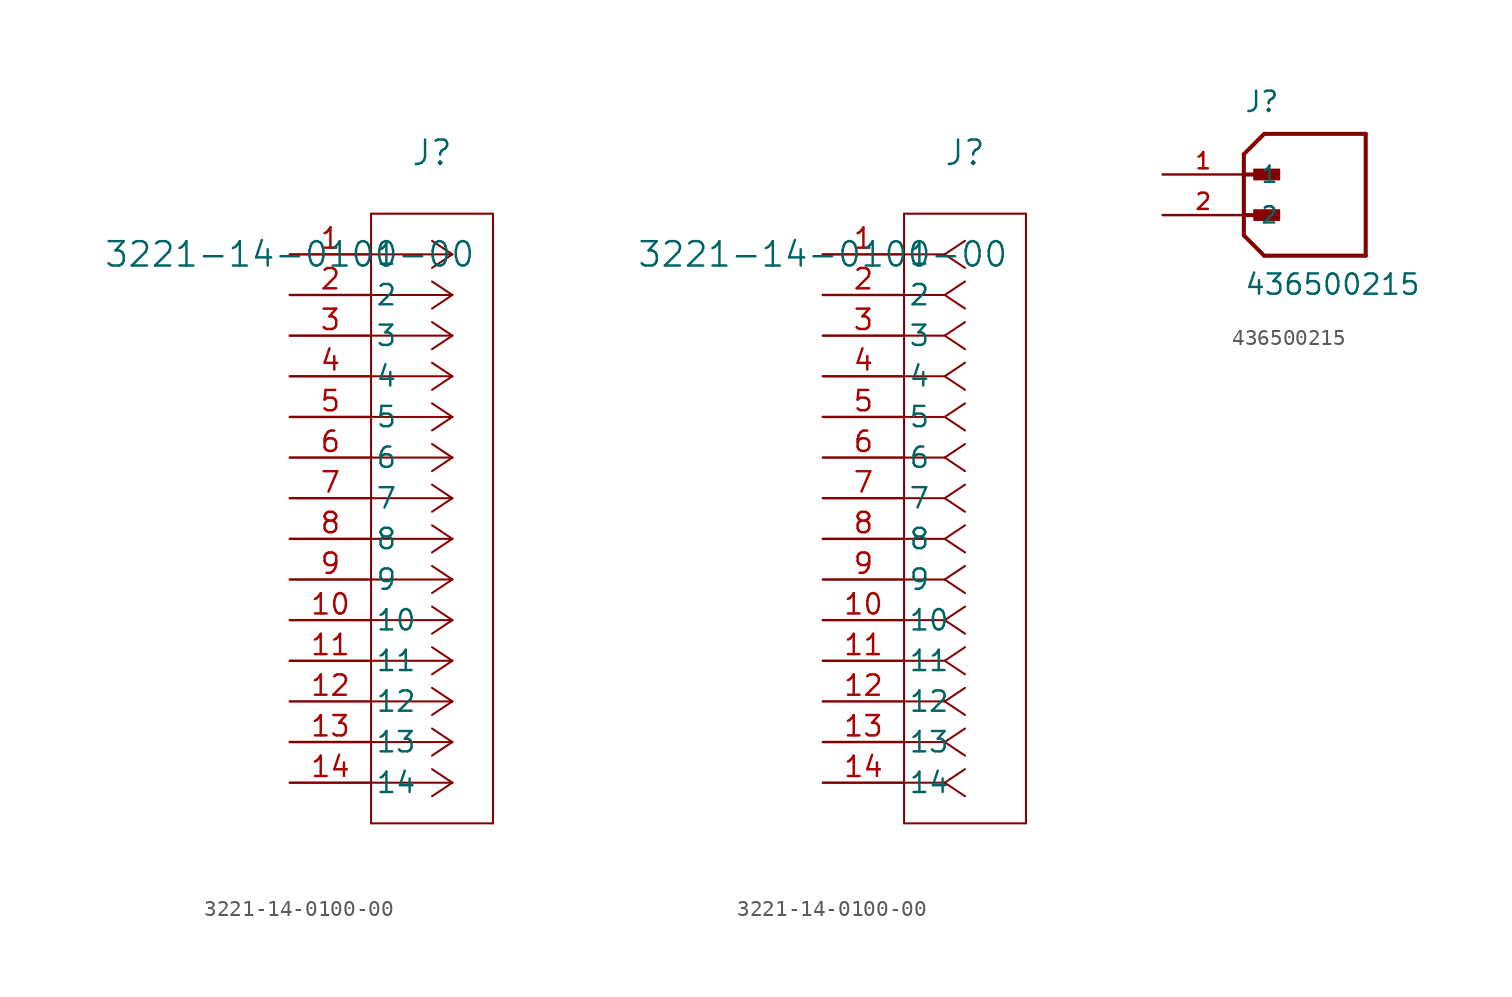
<source format=kicad_sym>
(kicad_symbol_lib
  (version 20231120)
  (generator "kicad_symbol_editor")
  (generator_version "8.0")
  (symbol "3221-14-0100-00"
    (pin_names
      (offset 0.254))
    (property "Reference" "J"
      (at 8.89 6.35 0)
      (effects (font (size 1.524 1.524))))
    (property "Value" "3221-14-0100-00"
      (at 0 0 0)
      (effects (font (size 1.524 1.524))))
    (property "ki_locked" ""
      (at 0 0 0)
      (effects (font (size 1.27 1.27))))
    (symbol "3221-14-0100-00_1_1"
      (polyline (pts (xy 5.08 -35.56) (xy 12.7 -35.56)) (stroke (width 0.127) (type default)) (fill (type none)))
      (polyline (pts (xy 5.08 2.54) (xy 5.08 -35.56)) (stroke (width 0.127) (type default)) (fill (type none)))
      (polyline (pts (xy 10.16 -33.02) (xy 5.08 -33.02)) (stroke (width 0.127) (type default)) (fill (type none)))
      (polyline (pts (xy 10.16 -33.02) (xy 8.89 -33.867)) (stroke (width 0.127) (type default)) (fill (type none)))
      (polyline (pts (xy 10.16 -33.02) (xy 8.89 -32.173)) (stroke (width 0.127) (type default)) (fill (type none)))
      (polyline (pts (xy 10.16 -30.48) (xy 5.08 -30.48)) (stroke (width 0.127) (type default)) (fill (type none)))
      (polyline (pts (xy 10.16 -30.48) (xy 8.89 -31.327)) (stroke (width 0.127) (type default)) (fill (type none)))
      (polyline (pts (xy 10.16 -30.48) (xy 8.89 -29.633)) (stroke (width 0.127) (type default)) (fill (type none)))
      (polyline (pts (xy 10.16 -27.94) (xy 5.08 -27.94)) (stroke (width 0.127) (type default)) (fill (type none)))
      (polyline (pts (xy 10.16 -27.94) (xy 8.89 -28.787)) (stroke (width 0.127) (type default)) (fill (type none)))
      (polyline (pts (xy 10.16 -27.94) (xy 8.89 -27.093)) (stroke (width 0.127) (type default)) (fill (type none)))
      (polyline (pts (xy 10.16 -25.4) (xy 5.08 -25.4)) (stroke (width 0.127) (type default)) (fill (type none)))
      (polyline (pts (xy 10.16 -25.4) (xy 8.89 -26.247)) (stroke (width 0.127) (type default)) (fill (type none)))
      (polyline (pts (xy 10.16 -25.4) (xy 8.89 -24.553)) (stroke (width 0.127) (type default)) (fill (type none)))
      (polyline (pts (xy 10.16 -22.86) (xy 5.08 -22.86)) (stroke (width 0.127) (type default)) (fill (type none)))
      (polyline (pts (xy 10.16 -22.86) (xy 8.89 -23.707)) (stroke (width 0.127) (type default)) (fill (type none)))
      (polyline (pts (xy 10.16 -22.86) (xy 8.89 -22.013)) (stroke (width 0.127) (type default)) (fill (type none)))
      (polyline (pts (xy 10.16 -20.32) (xy 5.08 -20.32)) (stroke (width 0.127) (type default)) (fill (type none)))
      (polyline (pts (xy 10.16 -20.32) (xy 8.89 -21.167)) (stroke (width 0.127) (type default)) (fill (type none)))
      (polyline (pts (xy 10.16 -20.32) (xy 8.89 -19.473)) (stroke (width 0.127) (type default)) (fill (type none)))
      (polyline (pts (xy 10.16 -17.78) (xy 5.08 -17.78)) (stroke (width 0.127) (type default)) (fill (type none)))
      (polyline (pts (xy 10.16 -17.78) (xy 8.89 -18.627)) (stroke (width 0.127) (type default)) (fill (type none)))
      (polyline (pts (xy 10.16 -17.78) (xy 8.89 -16.933)) (stroke (width 0.127) (type default)) (fill (type none)))
      (polyline (pts (xy 10.16 -15.24) (xy 5.08 -15.24)) (stroke (width 0.127) (type default)) (fill (type none)))
      (polyline (pts (xy 10.16 -15.24) (xy 8.89 -16.087)) (stroke (width 0.127) (type default)) (fill (type none)))
      (polyline (pts (xy 10.16 -15.24) (xy 8.89 -14.393)) (stroke (width 0.127) (type default)) (fill (type none)))
      (polyline (pts (xy 10.16 -12.7) (xy 5.08 -12.7)) (stroke (width 0.127) (type default)) (fill (type none)))
      (polyline (pts (xy 10.16 -12.7) (xy 8.89 -13.547)) (stroke (width 0.127) (type default)) (fill (type none)))
      (polyline (pts (xy 10.16 -12.7) (xy 8.89 -11.853)) (stroke (width 0.127) (type default)) (fill (type none)))
      (polyline (pts (xy 10.16 -10.16) (xy 5.08 -10.16)) (stroke (width 0.127) (type default)) (fill (type none)))
      (polyline (pts (xy 10.16 -10.16) (xy 8.89 -11.007)) (stroke (width 0.127) (type default)) (fill (type none)))
      (polyline (pts (xy 10.16 -10.16) (xy 8.89 -9.313)) (stroke (width 0.127) (type default)) (fill (type none)))
      (polyline (pts (xy 10.16 -7.62) (xy 5.08 -7.62)) (stroke (width 0.127) (type default)) (fill (type none)))
      (polyline (pts (xy 10.16 -7.62) (xy 8.89 -8.467)) (stroke (width 0.127) (type default)) (fill (type none)))
      (polyline (pts (xy 10.16 -7.62) (xy 8.89 -6.773)) (stroke (width 0.127) (type default)) (fill (type none)))
      (polyline (pts (xy 10.16 -5.08) (xy 5.08 -5.08)) (stroke (width 0.127) (type default)) (fill (type none)))
      (polyline (pts (xy 10.16 -5.08) (xy 8.89 -5.927)) (stroke (width 0.127) (type default)) (fill (type none)))
      (polyline (pts (xy 10.16 -5.08) (xy 8.89 -4.233)) (stroke (width 0.127) (type default)) (fill (type none)))
      (polyline (pts (xy 10.16 -2.54) (xy 5.08 -2.54)) (stroke (width 0.127) (type default)) (fill (type none)))
      (polyline (pts (xy 10.16 -2.54) (xy 8.89 -3.387)) (stroke (width 0.127) (type default)) (fill (type none)))
      (polyline (pts (xy 10.16 -2.54) (xy 8.89 -1.693)) (stroke (width 0.127) (type default)) (fill (type none)))
      (polyline (pts (xy 10.16 0) (xy 5.08 0)) (stroke (width 0.127) (type default)) (fill (type none)))
      (polyline (pts (xy 10.16 0) (xy 8.89 -0.847)) (stroke (width 0.127) (type default)) (fill (type none)))
      (polyline (pts (xy 10.16 0) (xy 8.89 0.847)) (stroke (width 0.127) (type default)) (fill (type none)))
      (polyline (pts (xy 12.7 -35.56) (xy 12.7 2.54)) (stroke (width 0.127) (type default)) (fill (type none)))
      (polyline (pts (xy 12.7 2.54) (xy 5.08 2.54)) (stroke (width 0.127) (type default)) (fill (type none)))
      (pin unspecified line (at 0 0 0) (length 5.08) (name "1" (effects (font (size 1.27 1.27)))) (number "1" (effects (font (size 1.27 1.27)))))
      (pin unspecified line (at 0 -22.86 0) (length 5.08) (name "10" (effects (font (size 1.27 1.27)))) (number "10" (effects (font (size 1.27 1.27)))))
      (pin unspecified line (at 0 -25.4 0) (length 5.08) (name "11" (effects (font (size 1.27 1.27)))) (number "11" (effects (font (size 1.27 1.27)))))
      (pin unspecified line (at 0 -27.94 0) (length 5.08) (name "12" (effects (font (size 1.27 1.27)))) (number "12" (effects (font (size 1.27 1.27)))))
      (pin unspecified line (at 0 -30.48 0) (length 5.08) (name "13" (effects (font (size 1.27 1.27)))) (number "13" (effects (font (size 1.27 1.27)))))
      (pin unspecified line (at 0 -33.02 0) (length 5.08) (name "14" (effects (font (size 1.27 1.27)))) (number "14" (effects (font (size 1.27 1.27)))))
      (pin unspecified line (at 0 -2.54 0) (length 5.08) (name "2" (effects (font (size 1.27 1.27)))) (number "2" (effects (font (size 1.27 1.27)))))
      (pin unspecified line (at 0 -5.08 0) (length 5.08) (name "3" (effects (font (size 1.27 1.27)))) (number "3" (effects (font (size 1.27 1.27)))))
      (pin unspecified line (at 0 -7.62 0) (length 5.08) (name "4" (effects (font (size 1.27 1.27)))) (number "4" (effects (font (size 1.27 1.27)))))
      (pin unspecified line (at 0 -10.16 0) (length 5.08) (name "5" (effects (font (size 1.27 1.27)))) (number "5" (effects (font (size 1.27 1.27)))))
      (pin unspecified line (at 0 -12.7 0) (length 5.08) (name "6" (effects (font (size 1.27 1.27)))) (number "6" (effects (font (size 1.27 1.27)))))
      (pin unspecified line (at 0 -15.24 0) (length 5.08) (name "7" (effects (font (size 1.27 1.27)))) (number "7" (effects (font (size 1.27 1.27)))))
      (pin unspecified line (at 0 -17.78 0) (length 5.08) (name "8" (effects (font (size 1.27 1.27)))) (number "8" (effects (font (size 1.27 1.27)))))
      (pin unspecified line (at 0 -20.32 0) (length 5.08) (name "9" (effects (font (size 1.27 1.27)))) (number "9" (effects (font (size 1.27 1.27))))))
    (symbol "3221-14-0100-00_1_2"
      (polyline (pts (xy 5.08 -35.56) (xy 12.7 -35.56)) (stroke (width 0.127) (type default)) (fill (type none)))
      (polyline (pts (xy 5.08 2.54) (xy 5.08 -35.56)) (stroke (width 0.127) (type default)) (fill (type none)))
      (polyline (pts (xy 7.62 -33.02) (xy 5.08 -33.02)) (stroke (width 0.127) (type default)) (fill (type none)))
      (polyline (pts (xy 7.62 -33.02) (xy 8.89 -33.867)) (stroke (width 0.127) (type default)) (fill (type none)))
      (polyline (pts (xy 7.62 -33.02) (xy 8.89 -32.173)) (stroke (width 0.127) (type default)) (fill (type none)))
      (polyline (pts (xy 7.62 -30.48) (xy 5.08 -30.48)) (stroke (width 0.127) (type default)) (fill (type none)))
      (polyline (pts (xy 7.62 -30.48) (xy 8.89 -31.327)) (stroke (width 0.127) (type default)) (fill (type none)))
      (polyline (pts (xy 7.62 -30.48) (xy 8.89 -29.633)) (stroke (width 0.127) (type default)) (fill (type none)))
      (polyline (pts (xy 7.62 -27.94) (xy 5.08 -27.94)) (stroke (width 0.127) (type default)) (fill (type none)))
      (polyline (pts (xy 7.62 -27.94) (xy 8.89 -28.787)) (stroke (width 0.127) (type default)) (fill (type none)))
      (polyline (pts (xy 7.62 -27.94) (xy 8.89 -27.093)) (stroke (width 0.127) (type default)) (fill (type none)))
      (polyline (pts (xy 7.62 -25.4) (xy 5.08 -25.4)) (stroke (width 0.127) (type default)) (fill (type none)))
      (polyline (pts (xy 7.62 -25.4) (xy 8.89 -26.247)) (stroke (width 0.127) (type default)) (fill (type none)))
      (polyline (pts (xy 7.62 -25.4) (xy 8.89 -24.553)) (stroke (width 0.127) (type default)) (fill (type none)))
      (polyline (pts (xy 7.62 -22.86) (xy 5.08 -22.86)) (stroke (width 0.127) (type default)) (fill (type none)))
      (polyline (pts (xy 7.62 -22.86) (xy 8.89 -23.707)) (stroke (width 0.127) (type default)) (fill (type none)))
      (polyline (pts (xy 7.62 -22.86) (xy 8.89 -22.013)) (stroke (width 0.127) (type default)) (fill (type none)))
      (polyline (pts (xy 7.62 -20.32) (xy 5.08 -20.32)) (stroke (width 0.127) (type default)) (fill (type none)))
      (polyline (pts (xy 7.62 -20.32) (xy 8.89 -21.167)) (stroke (width 0.127) (type default)) (fill (type none)))
      (polyline (pts (xy 7.62 -20.32) (xy 8.89 -19.473)) (stroke (width 0.127) (type default)) (fill (type none)))
      (polyline (pts (xy 7.62 -17.78) (xy 5.08 -17.78)) (stroke (width 0.127) (type default)) (fill (type none)))
      (polyline (pts (xy 7.62 -17.78) (xy 8.89 -18.627)) (stroke (width 0.127) (type default)) (fill (type none)))
      (polyline (pts (xy 7.62 -17.78) (xy 8.89 -16.933)) (stroke (width 0.127) (type default)) (fill (type none)))
      (polyline (pts (xy 7.62 -15.24) (xy 5.08 -15.24)) (stroke (width 0.127) (type default)) (fill (type none)))
      (polyline (pts (xy 7.62 -15.24) (xy 8.89 -16.087)) (stroke (width 0.127) (type default)) (fill (type none)))
      (polyline (pts (xy 7.62 -15.24) (xy 8.89 -14.393)) (stroke (width 0.127) (type default)) (fill (type none)))
      (polyline (pts (xy 7.62 -12.7) (xy 5.08 -12.7)) (stroke (width 0.127) (type default)) (fill (type none)))
      (polyline (pts (xy 7.62 -12.7) (xy 8.89 -13.547)) (stroke (width 0.127) (type default)) (fill (type none)))
      (polyline (pts (xy 7.62 -12.7) (xy 8.89 -11.853)) (stroke (width 0.127) (type default)) (fill (type none)))
      (polyline (pts (xy 7.62 -10.16) (xy 5.08 -10.16)) (stroke (width 0.127) (type default)) (fill (type none)))
      (polyline (pts (xy 7.62 -10.16) (xy 8.89 -11.007)) (stroke (width 0.127) (type default)) (fill (type none)))
      (polyline (pts (xy 7.62 -10.16) (xy 8.89 -9.313)) (stroke (width 0.127) (type default)) (fill (type none)))
      (polyline (pts (xy 7.62 -7.62) (xy 5.08 -7.62)) (stroke (width 0.127) (type default)) (fill (type none)))
      (polyline (pts (xy 7.62 -7.62) (xy 8.89 -8.467)) (stroke (width 0.127) (type default)) (fill (type none)))
      (polyline (pts (xy 7.62 -7.62) (xy 8.89 -6.773)) (stroke (width 0.127) (type default)) (fill (type none)))
      (polyline (pts (xy 7.62 -5.08) (xy 5.08 -5.08)) (stroke (width 0.127) (type default)) (fill (type none)))
      (polyline (pts (xy 7.62 -5.08) (xy 8.89 -5.927)) (stroke (width 0.127) (type default)) (fill (type none)))
      (polyline (pts (xy 7.62 -5.08) (xy 8.89 -4.233)) (stroke (width 0.127) (type default)) (fill (type none)))
      (polyline (pts (xy 7.62 -2.54) (xy 5.08 -2.54)) (stroke (width 0.127) (type default)) (fill (type none)))
      (polyline (pts (xy 7.62 -2.54) (xy 8.89 -3.387)) (stroke (width 0.127) (type default)) (fill (type none)))
      (polyline (pts (xy 7.62 -2.54) (xy 8.89 -1.693)) (stroke (width 0.127) (type default)) (fill (type none)))
      (polyline (pts (xy 7.62 0) (xy 5.08 0)) (stroke (width 0.127) (type default)) (fill (type none)))
      (polyline (pts (xy 7.62 0) (xy 8.89 -0.847)) (stroke (width 0.127) (type default)) (fill (type none)))
      (polyline (pts (xy 7.62 0) (xy 8.89 0.847)) (stroke (width 0.127) (type default)) (fill (type none)))
      (polyline (pts (xy 12.7 -35.56) (xy 12.7 2.54)) (stroke (width 0.127) (type default)) (fill (type none)))
      (polyline (pts (xy 12.7 2.54) (xy 5.08 2.54)) (stroke (width 0.127) (type default)) (fill (type none)))
      (pin unspecified line (at 0 0 0) (length 5.08) (name "1" (effects (font (size 1.27 1.27)))) (number "1" (effects (font (size 1.27 1.27)))))
      (pin unspecified line (at 0 -22.86 0) (length 5.08) (name "10" (effects (font (size 1.27 1.27)))) (number "10" (effects (font (size 1.27 1.27)))))
      (pin unspecified line (at 0 -25.4 0) (length 5.08) (name "11" (effects (font (size 1.27 1.27)))) (number "11" (effects (font (size 1.27 1.27)))))
      (pin unspecified line (at 0 -27.94 0) (length 5.08) (name "12" (effects (font (size 1.27 1.27)))) (number "12" (effects (font (size 1.27 1.27)))))
      (pin unspecified line (at 0 -30.48 0) (length 5.08) (name "13" (effects (font (size 1.27 1.27)))) (number "13" (effects (font (size 1.27 1.27)))))
      (pin unspecified line (at 0 -33.02 0) (length 5.08) (name "14" (effects (font (size 1.27 1.27)))) (number "14" (effects (font (size 1.27 1.27)))))
      (pin unspecified line (at 0 -2.54 0) (length 5.08) (name "2" (effects (font (size 1.27 1.27)))) (number "2" (effects (font (size 1.27 1.27)))))
      (pin unspecified line (at 0 -5.08 0) (length 5.08) (name "3" (effects (font (size 1.27 1.27)))) (number "3" (effects (font (size 1.27 1.27)))))
      (pin unspecified line (at 0 -7.62 0) (length 5.08) (name "4" (effects (font (size 1.27 1.27)))) (number "4" (effects (font (size 1.27 1.27)))))
      (pin unspecified line (at 0 -10.16 0) (length 5.08) (name "5" (effects (font (size 1.27 1.27)))) (number "5" (effects (font (size 1.27 1.27)))))
      (pin unspecified line (at 0 -12.7 0) (length 5.08) (name "6" (effects (font (size 1.27 1.27)))) (number "6" (effects (font (size 1.27 1.27)))))
      (pin unspecified line (at 0 -15.24 0) (length 5.08) (name "7" (effects (font (size 1.27 1.27)))) (number "7" (effects (font (size 1.27 1.27)))))
      (pin unspecified line (at 0 -17.78 0) (length 5.08) (name "8" (effects (font (size 1.27 1.27)))) (number "8" (effects (font (size 1.27 1.27)))))
      (pin unspecified line (at 0 -20.32 0) (length 5.08) (name "9" (effects (font (size 1.27 1.27)))) (number "9" (effects (font (size 1.27 1.27)))))))
  (symbol "436500215"
    (pin_names
      (offset 1.016))
    (property "Reference" "J"
      (at 0 3.81 0)
      (effects (font (size 1.27 1.27)) (justify left bottom)))
    (property "Value" "436500215"
      (at 0 -7.62 0)
      (effects (font (size 1.27 1.27)) (justify left bottom)))
    (symbol "436500215_0_0"
      (polyline (pts (xy 0 -3.81) (xy 1.27 -5.08)) (stroke (width 0.254) (type default)) (fill (type none)))
      (polyline (pts (xy 0 -2.54) (xy 1.905 -2.54)) (stroke (width 0.254) (type default)) (fill (type none)))
      (polyline (pts (xy 0 0) (xy 0 -3.81)) (stroke (width 0.254) (type default)) (fill (type none)))
      (polyline (pts (xy 0 0) (xy 1.905 0)) (stroke (width 0.254) (type default)) (fill (type none)))
      (polyline (pts (xy 0 1.27) (xy 0 0)) (stroke (width 0.254) (type default)) (fill (type none)))
      (polyline (pts (xy 0 1.27) (xy 1.27 2.54)) (stroke (width 0.254) (type default)) (fill (type none)))
      (polyline (pts (xy 1.27 -5.08) (xy 7.62 -5.08)) (stroke (width 0.254) (type default)) (fill (type none)))
      (polyline (pts (xy 7.62 -5.08) (xy 7.62 2.54)) (stroke (width 0.254) (type default)) (fill (type none)))
      (polyline (pts (xy 7.62 2.54) (xy 1.27 2.54)) (stroke (width 0.254) (type default)) (fill (type none)))
      (rectangle (start 0.635 -2.857) (end 2.223 -2.223) (stroke (width 0.1) (type default)) (fill (type outline)))
      (rectangle (start 0.635 -0.318) (end 2.223 0.318) (stroke (width 0.1) (type default)) (fill (type outline)))
      (pin passive line (at -5.08 0 0) (length 5.08) (name "1" (effects (font (size 1.016 1.016)))) (number "1" (effects (font (size 1.016 1.016)))))
      (pin passive line (at -5.08 -2.54 0) (length 5.08) (name "2" (effects (font (size 1.016 1.016)))) (number "2" (effects (font (size 1.016 1.016))))))))
</source>
